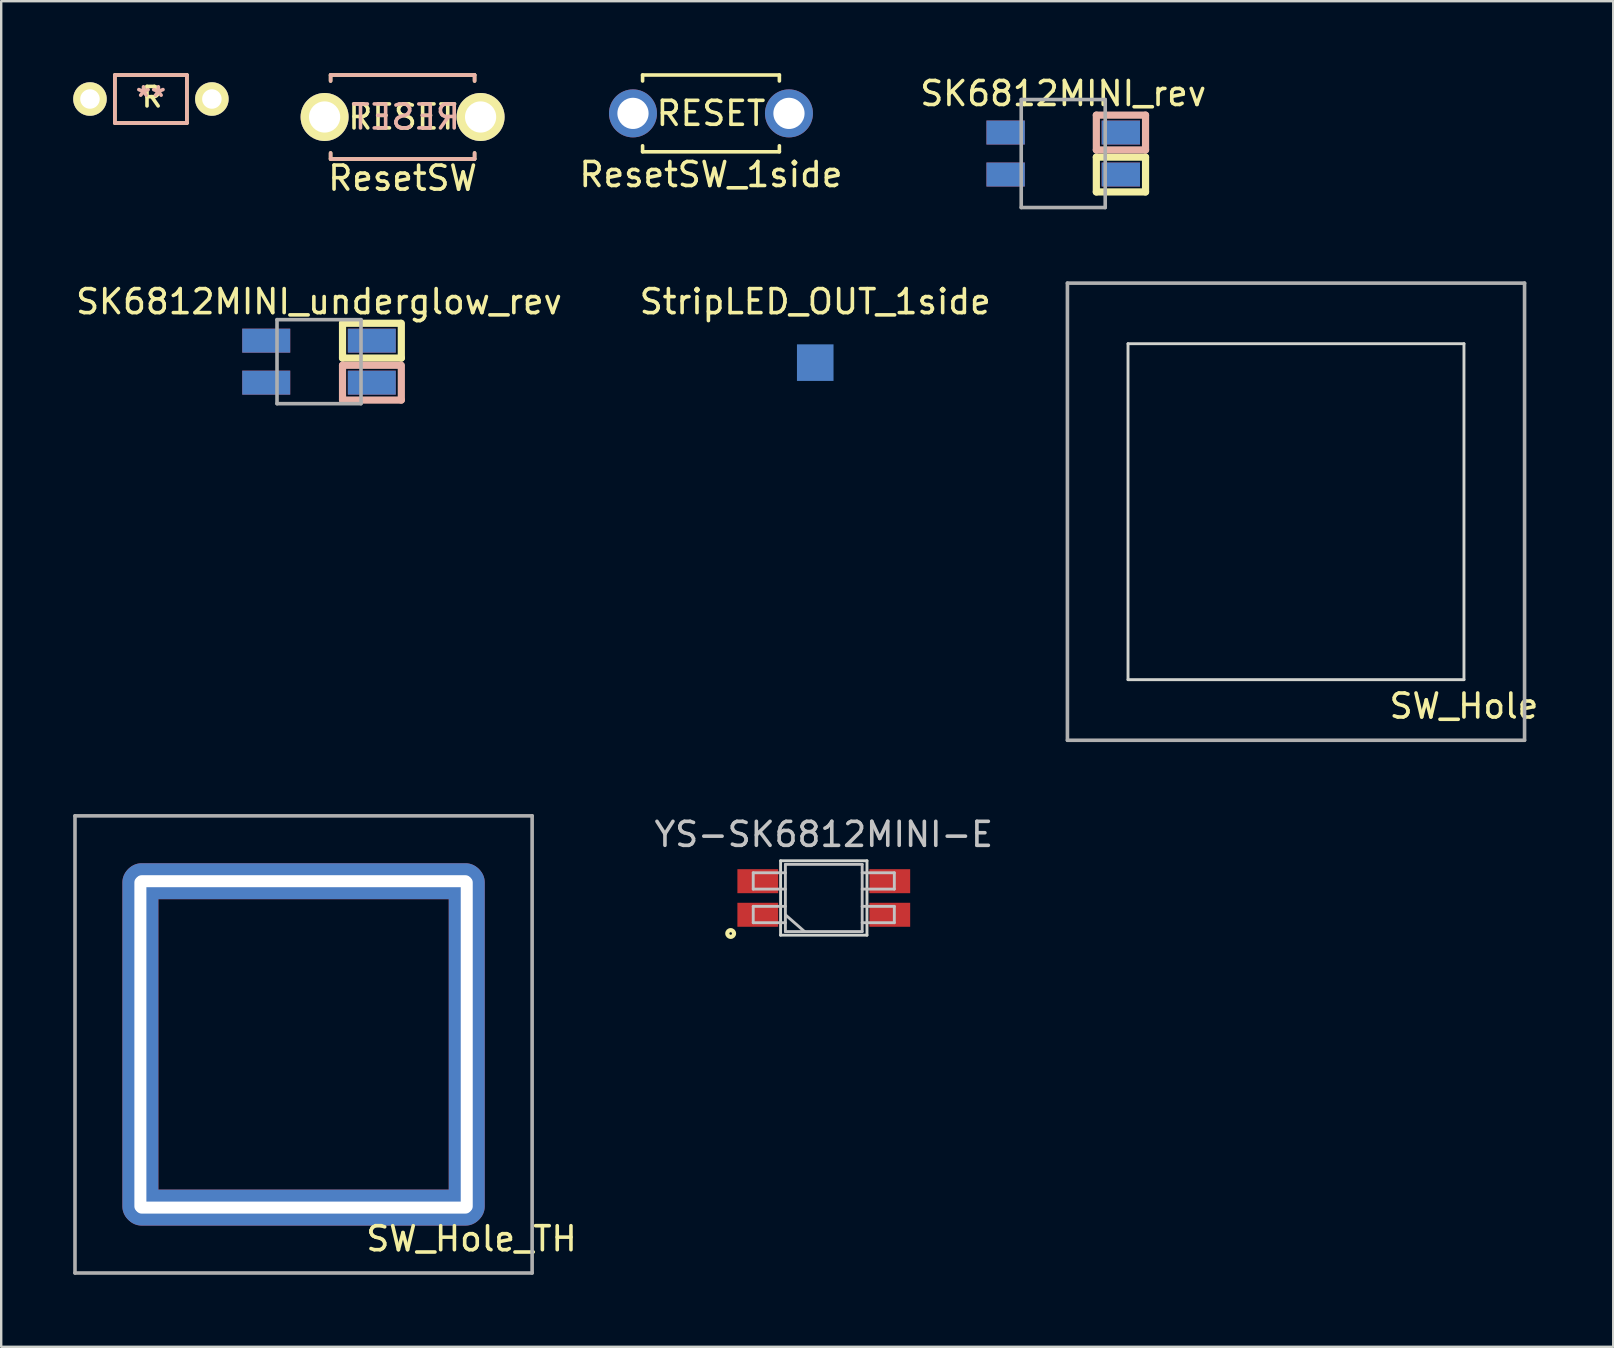
<source format=kicad_pcb>
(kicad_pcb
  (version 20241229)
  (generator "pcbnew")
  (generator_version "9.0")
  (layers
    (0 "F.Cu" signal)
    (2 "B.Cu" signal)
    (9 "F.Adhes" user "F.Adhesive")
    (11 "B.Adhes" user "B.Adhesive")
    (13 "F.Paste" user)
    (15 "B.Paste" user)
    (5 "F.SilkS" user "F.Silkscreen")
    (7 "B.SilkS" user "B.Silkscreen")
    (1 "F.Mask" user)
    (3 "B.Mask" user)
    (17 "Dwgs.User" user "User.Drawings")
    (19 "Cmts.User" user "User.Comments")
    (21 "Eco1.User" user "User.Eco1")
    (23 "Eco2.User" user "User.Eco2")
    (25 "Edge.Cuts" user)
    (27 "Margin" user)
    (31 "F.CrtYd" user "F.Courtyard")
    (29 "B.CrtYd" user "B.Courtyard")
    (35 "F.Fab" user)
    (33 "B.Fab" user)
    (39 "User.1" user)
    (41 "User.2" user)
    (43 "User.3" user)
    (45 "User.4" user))
  (footprint "SK6812MINI_underglow_rev"
    (layer "F.Cu")
    (at 10.244 12.021)
    (property "Reference" "SK6812MINI_underglow_rev" (at 0 -2.5 0) (layer "F.SilkS") (effects (font (size 1 1) (thickness 0.15))))
    (attr through_hole)
    (fp_line (start 0.98 -1.6) (end 3.4 -1.6) (stroke (width 0.3) (type solid)) (layer "F.SilkS"))
    (fp_line (start 0.98 -0.15) (end 0.98 -1.6) (stroke (width 0.3) (type solid)) (layer "F.SilkS"))
    (fp_line (start 3.43 -1.6) (end 3.43 -0.15) (stroke (width 0.3) (type solid)) (layer "F.SilkS"))
    (fp_line (start 3.43 -0.15) (end 0.98 -0.15) (stroke (width 0.3) (type solid)) (layer "F.SilkS"))
    (fp_line (start 0.98 0.15) (end 3.4 0.15) (stroke (width 0.3) (type solid)) (layer "B.SilkS"))
    (fp_line (start 0.98 1.6) (end 0.98 0.15) (stroke (width 0.3) (type solid)) (layer "B.SilkS"))
    (fp_line (start 3.43 0.15) (end 3.43 1.6) (stroke (width 0.3) (type solid)) (layer "B.SilkS"))
    (fp_line (start 3.43 1.6) (end 0.98 1.6) (stroke (width 0.3) (type solid)) (layer "B.SilkS"))
    (fp_line (start -1.75 -1.75) (end -1.75 1.75) (stroke (width 0.15) (type solid)) (layer "F.Fab"))
    (fp_line (start -1.75 -1.75) (end 1.75 -1.75) (stroke (width 0.15) (type solid)) (layer "F.Fab"))
    (fp_line (start 1.75 -1.75) (end 1.75 1.75) (stroke (width 0.15) (type solid)) (layer "F.Fab"))
    (fp_line (start 1.75 1.75) (end -1.75 1.75) (stroke (width 0.15) (type solid)) (layer "F.Fab"))
    (pad "1" smd rect (at -2.2 -0.875) (size 2 1) (layers "F.Cu" "F.Mask" "F.Paste"))
    (pad "1" smd rect (at -2.2 0.875) (size 2 1) (layers "B.Cu" "B.Mask" "B.Paste"))
    (pad "2" smd rect (at -2.2 -0.875) (size 2 1) (layers "B.Cu" "B.Mask" "B.Paste"))
    (pad "2" smd rect (at -2.2 0.875) (size 2 1) (layers "F.Cu" "F.Mask" "F.Paste"))
    (pad "3" smd rect (at 2.2 -0.875) (size 2 1) (layers "B.Cu" "B.Mask" "B.Paste"))
    (pad "3" smd rect (at 2.2 0.875) (size 2 1) (layers "F.Cu" "F.Mask" "F.Paste"))
    (pad "4" smd rect (at 2.2 -0.875) (size 2 1) (layers "F.Cu" "F.Mask" "F.Paste"))
    (pad "4" smd rect (at 2.2 0.875) (size 2 1) (layers "B.Cu" "B.Mask" "B.Paste")))
  (footprint "SW_Hole"
    (layer "F.Cu")
    (at 50.957 18.273)
    (property "Reference" "SW_Hole" (at 7 8.1 0) (layer "F.SilkS") (effects (font (size 1 1) (thickness 0.15))))
    (attr through_hole)
    (fp_line (start -7 -7) (end -7 7) (stroke (width 0.12) (type solid)) (layer "Edge.Cuts"))
    (fp_line (start -7 7) (end 7 7) (stroke (width 0.12) (type solid)) (layer "Edge.Cuts"))
    (fp_line (start 7 -7) (end -7 -7) (stroke (width 0.12) (type solid)) (layer "Edge.Cuts"))
    (fp_line (start 7 7) (end 7 -7) (stroke (width 0.12) (type solid)) (layer "Edge.Cuts"))
    (fp_line (start -9.525 -9.525) (end -9.525 9.525) (stroke (width 0.15) (type solid)) (layer "F.Fab"))
    (fp_line (start -9.525 9.525) (end 9.525 9.525) (stroke (width 0.15) (type solid)) (layer "F.Fab"))
    (fp_line (start 9.525 -9.525) (end -9.525 -9.525) (stroke (width 0.15) (type solid)) (layer "F.Fab"))
    (fp_line (start 9.525 9.525) (end 9.525 -9.525) (stroke (width 0.15) (type solid)) (layer "F.Fab")))
  (footprint "ResetSW_1side"
    (layer "F.Cu")
    (at 26.578 1.675)
    (property "Reference" "ResetSW_1side" (at 0 2.55 0) (layer "F.SilkS") (effects (font (size 1 1) (thickness 0.15))))
    (attr through_hole)
    (fp_line (start -2.85 -1.6) (end -2.85 -1.35) (stroke (width 0.15) (type solid)) (layer "F.SilkS"))
    (fp_line (start -2.85 -1.6) (end 2.85 -1.6) (stroke (width 0.15) (type solid)) (layer "F.SilkS"))
    (fp_line (start -2.85 1.6) (end -2.85 1.35) (stroke (width 0.15) (type solid)) (layer "F.SilkS"))
    (fp_line (start -2.85 1.6) (end 2.85 1.6) (stroke (width 0.15) (type solid)) (layer "F.SilkS"))
    (fp_line (start 2.85 -1.6) (end 2.85 -1.35) (stroke (width 0.15) (type solid)) (layer "F.SilkS"))
    (fp_line (start 2.85 1.6) (end 2.85 1.35) (stroke (width 0.15) (type solid)) (layer "F.SilkS"))
    (fp_text user "RESET" (at 0 0 0) (layer "F.SilkS") (effects (font (size 1 1) (thickness 0.15))))
    (pad "1" thru_hole circle (at 3.25 0) (size 2 2) (drill 1.3) (layers "*.Cu" "*.Mask"))
    (pad "2" thru_hole circle (at -3.25 0) (size 2 2) (drill 1.3) (layers "*.Cu" "*.Mask")))
  (footprint "R"
    (layer "F.Cu")
    (at 3.239 1.076)
    (property "Reference" "R" (at 0.05 -0.08 0) (layer "F.SilkS") (effects (font (size 0.813 0.813) (thickness 0.15))))
    (attr through_hole)
    (fp_line (start -1.501 -1.001) (end -1.501 1.001) (stroke (width 0.15) (type solid)) (layer "F.SilkS"))
    (fp_line (start -1.501 1.001) (end 1.501 1.001) (stroke (width 0.15) (type solid)) (layer "F.SilkS"))
    (fp_line (start 1.501 -1.001) (end -1.501 -1.001) (stroke (width 0.15) (type solid)) (layer "F.SilkS"))
    (fp_line (start 1.501 1.001) (end 1.501 -1.001) (stroke (width 0.15) (type solid)) (layer "F.SilkS"))
    (fp_line (start -1.5 -1) (end 1.5 -1) (stroke (width 0.15) (type solid)) (layer "B.SilkS"))
    (fp_line (start -1.5 1) (end -1.5 -1) (stroke (width 0.15) (type solid)) (layer "B.SilkS"))
    (fp_line (start 1.5 -1) (end 1.5 1) (stroke (width 0.15) (type solid)) (layer "B.SilkS"))
    (fp_line (start 1.5 1) (end -1.5 1) (stroke (width 0.15) (type solid)) (layer "B.SilkS"))
    (fp_text user "**" (at 0 -0.064 0) (layer "B.SilkS") (effects (font (size 0.813 0.813) (thickness 0.15)) (justify mirror)))
    (pad "1" thru_hole circle (at -2.54 0) (size 1.397 1.397) (drill 0.813) (layers "*.Cu" "*.Mask" "F.SilkS"))
    (pad "2" thru_hole circle (at 2.54 0) (size 1.397 1.397) (drill 0.813) (layers "*.Cu" "*.Mask" "F.SilkS")))
  (footprint "SK6812MINI_rev"
    (layer "F.Cu")
    (at 41.257 3.348)
    (property "Reference" "SK6812MINI_rev" (at 0 -2.5 0) (layer "F.SilkS") (effects (font (size 1 1) (thickness 0.15))))
    (attr through_hole)
    (fp_line (start 1.38 0.15) (end 3.43 0.15) (stroke (width 0.3) (type solid)) (layer "F.SilkS"))
    (fp_line (start 1.38 1.6) (end 1.38 0.15) (stroke (width 0.3) (type solid)) (layer "F.SilkS"))
    (fp_line (start 3.43 0.15) (end 3.43 1.6) (stroke (width 0.3) (type solid)) (layer "F.SilkS"))
    (fp_line (start 3.43 1.6) (end 1.38 1.6) (stroke (width 0.3) (type solid)) (layer "F.SilkS"))
    (fp_line (start 1.38 -1.6) (end 3.43 -1.6) (stroke (width 0.3) (type solid)) (layer "B.SilkS"))
    (fp_line (start 1.38 -0.15) (end 1.38 -1.6) (stroke (width 0.3) (type solid)) (layer "B.SilkS"))
    (fp_line (start 3.43 -1.6) (end 3.43 -0.15) (stroke (width 0.3) (type solid)) (layer "B.SilkS"))
    (fp_line (start 3.43 -0.15) (end 1.38 -0.15) (stroke (width 0.3) (type solid)) (layer "B.SilkS"))
    (fp_line (start -1.75 -2.25) (end -1.75 2.25) (stroke (width 0.15) (type solid)) (layer "F.Fab"))
    (fp_line (start -1.75 -2.25) (end 1.75 -2.25) (stroke (width 0.15) (type solid)) (layer "F.Fab"))
    (fp_line (start 1.75 -2.25) (end 1.75 2.25) (stroke (width 0.15) (type solid)) (layer "F.Fab"))
    (fp_line (start 1.75 2.25) (end -1.75 2.25) (stroke (width 0.15) (type solid)) (layer "F.Fab"))
    (pad "1" smd rect (at -2.4 -0.875) (size 1.6 1) (layers "B.Cu" "B.Mask" "B.Paste"))
    (pad "1" smd rect (at -2.4 0.875) (size 1.6 1) (layers "F.Cu" "F.Mask" "F.Paste"))
    (pad "2" smd rect (at -2.4 -0.875) (size 1.6 1) (layers "F.Cu" "F.Mask" "F.Paste"))
    (pad "2" smd rect (at -2.4 0.875) (size 1.6 1) (layers "B.Cu" "B.Mask" "B.Paste"))
    (pad "3" smd rect (at 2.4 -0.875) (size 1.6 1) (layers "F.Cu" "F.Mask" "F.Paste"))
    (pad "3" smd rect (at 2.4 0.875) (size 1.6 1) (layers "B.Cu" "B.Mask" "B.Paste"))
    (pad "4" smd rect (at 2.4 -0.875) (size 1.6 1) (layers "B.Cu" "B.Mask" "B.Paste"))
    (pad "4" smd rect (at 2.4 0.875) (size 1.6 1) (layers "F.Cu" "F.Mask" "F.Paste")))
  (footprint "ResetSW"
    (layer "F.Cu")
    (at 13.727 1.825)
    (property "Reference" "ResetSW" (at 0 2.55 0) (layer "F.SilkS") (effects (font (size 1 1) (thickness 0.15))))
    (attr through_hole)
    (fp_line (start -3 -1.75) (end -3 -1.5) (stroke (width 0.15) (type solid)) (layer "F.SilkS"))
    (fp_line (start -3 -1.75) (end 3 -1.75) (stroke (width 0.15) (type solid)) (layer "F.SilkS"))
    (fp_line (start -3 1.75) (end -3 1.5) (stroke (width 0.15) (type solid)) (layer "F.SilkS"))
    (fp_line (start -3 1.75) (end 3 1.75) (stroke (width 0.15) (type solid)) (layer "F.SilkS"))
    (fp_line (start 3 -1.75) (end 3 -1.5) (stroke (width 0.15) (type solid)) (layer "F.SilkS"))
    (fp_line (start 3 1.75) (end 3 1.5) (stroke (width 0.15) (type solid)) (layer "F.SilkS"))
    (fp_line (start -3 -1.75) (end 3 -1.75) (stroke (width 0.15) (type solid)) (layer "B.SilkS"))
    (fp_line (start -3 -1.5) (end -3 -1.75) (stroke (width 0.15) (type solid)) (layer "B.SilkS"))
    (fp_line (start -3 1.75) (end -3 1.5) (stroke (width 0.15) (type solid)) (layer "B.SilkS"))
    (fp_line (start 3 -1.75) (end 3 -1.5) (stroke (width 0.15) (type solid)) (layer "B.SilkS"))
    (fp_line (start 3 1.5) (end 3 1.75) (stroke (width 0.15) (type solid)) (layer "B.SilkS"))
    (fp_line (start 3 1.75) (end -3 1.75) (stroke (width 0.15) (type solid)) (layer "B.SilkS"))
    (fp_text user "RESET" (at 0 0 0) (layer "F.SilkS") (effects (font (size 1 1) (thickness 0.15))))
    (fp_text user "RESET" (at 0.127 0 0) (layer "B.SilkS") (effects (font (size 1 1) (thickness 0.15)) (justify mirror)))
    (pad "1" thru_hole circle (at 3.25 0) (size 2 2) (drill 1.3) (layers "*.Cu" "*.Mask" "F.SilkS"))
    (pad "2" thru_hole circle (at -3.25 0) (size 2 2) (drill 1.3) (layers "*.Cu" "*.Mask" "F.SilkS")))
  (footprint "StripLED_OUT_1side"
    (layer "F.Cu")
    (at 30.923 12.062)
    (property "Reference" "StripLED_OUT_1side" (at 0 -2.54 0) (layer "F.SilkS") (effects (font (size 1 1) (thickness 0.15))))
    (attr through_hole)
    (pad "1" smd rect (at 0 0) (size 1.524 1.524) (layers "B.Cu" "B.Mask")))
  (footprint "YS-SK6812MINI-E"
    (layer "F.Cu")
    (at 31.279 34.371)
    (property "Reference" "YS-SK6812MINI-E" (at 0 -2.65 0) (layer "Dwgs.User") (effects (font (size 1 1) (thickness 0.15))))
    (attr through_hole)
    (fp_circle (center -3.88 1.48) (end -3.83 1.46) (stroke (width 0.12) (type solid)) (fill no) (layer "F.SilkS"))
    (fp_circle (center -3.88 1.48) (end -3.74 1.39) (stroke (width 0.12) (type solid)) (fill no) (layer "F.SilkS"))
    (fp_line (start -2.94 -1.05) (end -2.94 -0.37) (stroke (width 0.12) (type solid)) (layer "Dwgs.User"))
    (fp_line (start -2.94 -0.37) (end -1.6 -0.37) (stroke (width 0.12) (type solid)) (layer "Dwgs.User"))
    (fp_line (start -2.94 0.35) (end -2.94 1.03) (stroke (width 0.12) (type solid)) (layer "Dwgs.User"))
    (fp_line (start -2.94 1.03) (end -1.6 1.03) (stroke (width 0.12) (type solid)) (layer "Dwgs.User"))
    (fp_line (start -1.6 -1.4) (end -1.6 1.4) (stroke (width 0.12) (type solid)) (layer "Dwgs.User"))
    (fp_line (start -1.6 -1.4) (end 1.6 -1.4) (stroke (width 0.12) (type solid)) (layer "Dwgs.User"))
    (fp_line (start -1.6 -1.05) (end -2.94 -1.05) (stroke (width 0.12) (type solid)) (layer "Dwgs.User"))
    (fp_line (start -1.6 0.35) (end -2.94 0.35) (stroke (width 0.12) (type solid)) (layer "Dwgs.User"))
    (fp_line (start -1.6 0.7) (end -0.8 1.4) (stroke (width 0.12) (type solid)) (layer "Dwgs.User"))
    (fp_line (start -1.6 1.4) (end 1.6 1.4) (stroke (width 0.12) (type solid)) (layer "Dwgs.User"))
    (fp_line (start 1.6 -1.4) (end 1.6 1.4) (stroke (width 0.12) (type solid)) (layer "Dwgs.User"))
    (fp_line (start 1.6 -0.37) (end 2.94 -0.37) (stroke (width 0.12) (type solid)) (layer "Dwgs.User"))
    (fp_line (start 1.6 1.03) (end 2.94 1.03) (stroke (width 0.12) (type solid)) (layer "Dwgs.User"))
    (fp_line (start 2.94 -1.05) (end 1.6 -1.05) (stroke (width 0.12) (type solid)) (layer "Dwgs.User"))
    (fp_line (start 2.94 -0.37) (end 2.94 -1.05) (stroke (width 0.12) (type solid)) (layer "Dwgs.User"))
    (fp_line (start 2.94 0.35) (end 1.6 0.35) (stroke (width 0.12) (type solid)) (layer "Dwgs.User"))
    (fp_line (start 2.94 1.03) (end 2.94 0.35) (stroke (width 0.12) (type solid)) (layer "Dwgs.User"))
    (fp_line (start -1.8 -1.55) (end -1.8 1.55) (stroke (width 0.12) (type solid)) (layer "Edge.Cuts"))
    (fp_line (start -1.8 1.55) (end 1.8 1.55) (stroke (width 0.12) (type solid)) (layer "Edge.Cuts"))
    (fp_line (start 1.8 -1.55) (end -1.8 -1.55) (stroke (width 0.12) (type solid)) (layer "Edge.Cuts"))
    (fp_line (start 1.8 1.55) (end 1.8 -1.55) (stroke (width 0.12) (type solid)) (layer "Edge.Cuts"))
    (pad "1" smd rect (at 2.75 -0.7) (size 1.7 1) (layers "F.Cu" "F.Mask" "F.Paste"))
    (pad "2" smd rect (at 2.75 0.7) (size 1.7 1) (layers "F.Cu" "F.Mask" "F.Paste"))
    (pad "3" smd rect (at -2.75 0.7) (size 1.7 1) (layers "F.Cu" "F.Mask" "F.Paste"))
    (pad "4" smd rect (at -2.75 -0.7) (size 1.7 1) (layers "F.Cu" "F.Mask" "F.Paste")))
  (footprint "SW_Hole_TH"
    (layer "F.Cu")
    (at 9.6 40.473)
    (property "Reference" "SW_Hole_TH" (at 7 8.1 0) (layer "F.SilkS") (effects (font (size 1 1) (thickness 0.15))))
    (attr through_hole)
    (fp_line (start -9.525 -9.525) (end -9.525 9.525) (stroke (width 0.15) (type solid)) (layer "F.Fab"))
    (fp_line (start -9.525 9.525) (end 9.525 9.525) (stroke (width 0.15) (type solid)) (layer "F.Fab"))
    (fp_line (start 9.525 -9.525) (end -9.525 -9.525) (stroke (width 0.15) (type solid)) (layer "F.Fab"))
    (fp_line (start 9.525 9.525) (end 9.525 -9.525) (stroke (width 0.15) (type solid)) (layer "F.Fab"))
    (pad "1" thru_hole oval (at -6.8 0) (size 1.5 15) (drill oval 0.5 14) (layers "*.Cu" "*.Mask"))
    (pad "1" thru_hole oval (at 0 -6.8 90) (size 1.5 15) (drill oval 0.5 14) (layers "*.Cu" "*.Mask"))
    (pad "1" thru_hole oval (at 0 6.8 90) (size 1.5 15) (drill oval 0.5 14) (layers "*.Cu" "*.Mask"))
    (pad "1" thru_hole oval (at 6.8 0) (size 1.5 15) (drill oval 0.5 14) (layers "*.Cu" "*.Mask")))
  (gr_rect
    (start -3 -3)
    (end 64.177 53.073)
    (stroke (width 0.1) (type default))
    (fill no)
    (layer "Edge.Cuts")))
</source>
